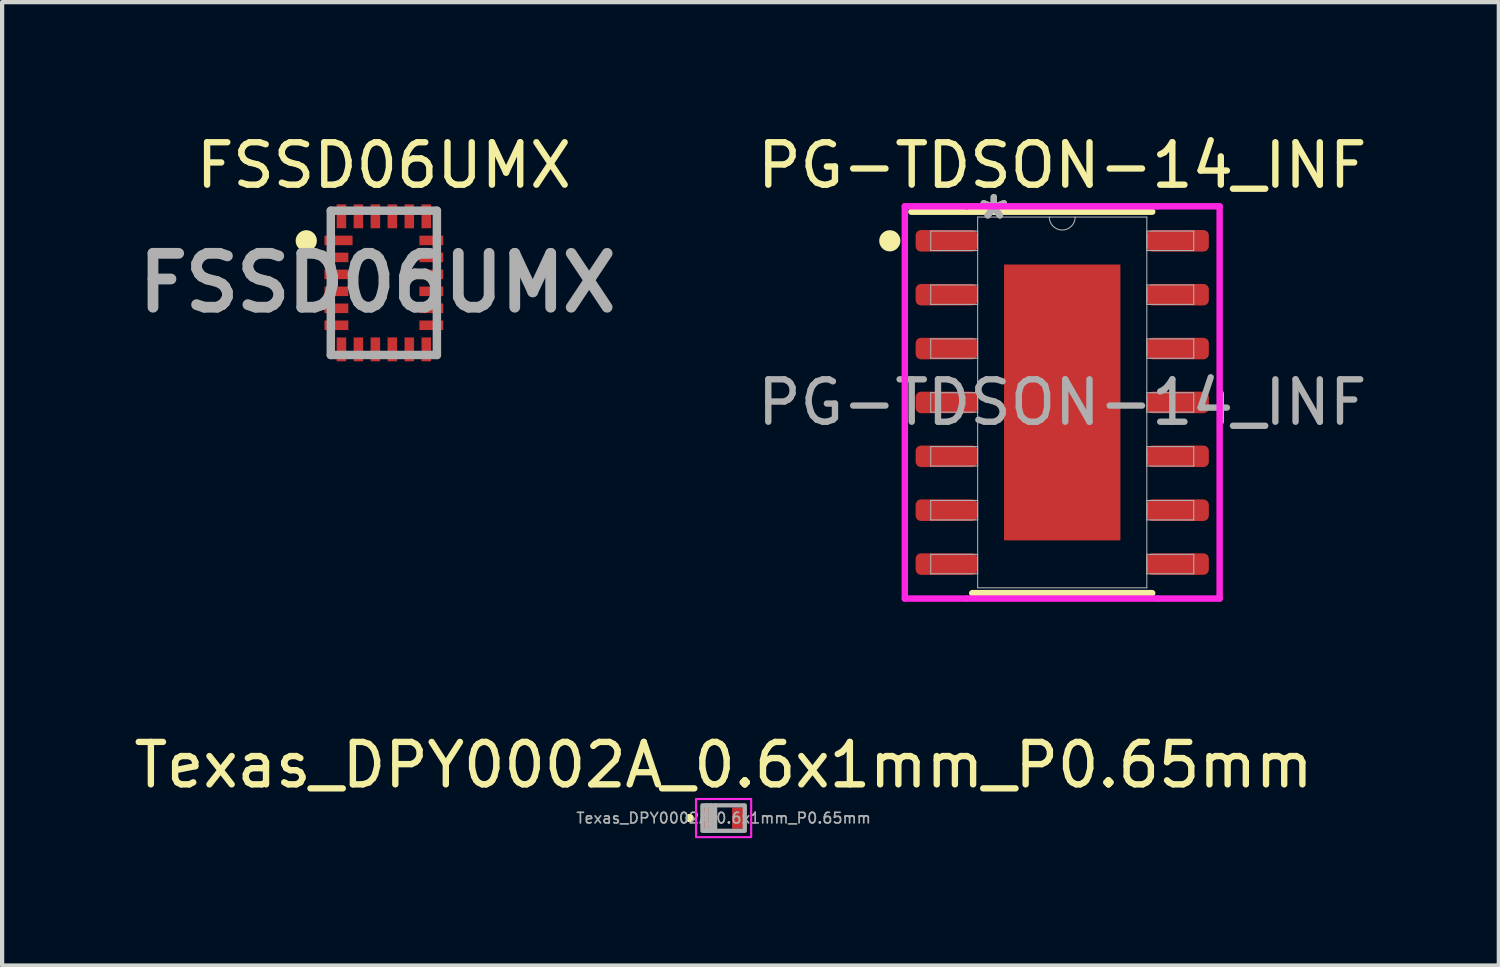
<source format=kicad_pcb>
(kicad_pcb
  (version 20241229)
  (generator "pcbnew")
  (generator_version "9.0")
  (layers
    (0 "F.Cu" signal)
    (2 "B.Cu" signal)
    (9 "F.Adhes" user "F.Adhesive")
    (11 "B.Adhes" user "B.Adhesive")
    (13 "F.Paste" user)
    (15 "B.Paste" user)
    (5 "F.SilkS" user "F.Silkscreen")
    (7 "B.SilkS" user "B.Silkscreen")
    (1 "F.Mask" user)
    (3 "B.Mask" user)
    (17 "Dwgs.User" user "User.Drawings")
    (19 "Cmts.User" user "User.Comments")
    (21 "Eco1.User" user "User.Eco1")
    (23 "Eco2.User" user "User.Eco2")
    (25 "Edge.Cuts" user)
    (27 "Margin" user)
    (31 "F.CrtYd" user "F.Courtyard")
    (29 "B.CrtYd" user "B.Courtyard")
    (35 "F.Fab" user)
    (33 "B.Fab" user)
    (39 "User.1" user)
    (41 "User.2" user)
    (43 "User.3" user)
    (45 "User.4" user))
  (footprint "PG-TDSON-14_INF"
    (layer "F.Cu")
    (at 21.988 6.436)
    (property "Reference" "PG-TDSON-14_INF" (at 0 -5.588 0) (unlocked yes) (layer "F.SilkS") (effects (font (size 1 1) (thickness 0.15))))
    (attr smd)
    (fp_line (start -2.121 4.496) (end 2.121 4.496) (stroke (width 0.152) (type solid)) (layer "F.SilkS"))
    (fp_line (start 2.121 -4.496) (end -3.556 -4.496) (stroke (width 0.152) (type solid)) (layer "F.SilkS"))
    (fp_circle (center -4.064 -3.81) (end -4.064 -3.685) (stroke (width 0.25) (type solid)) (fill no) (layer "F.SilkS"))
    (fp_poly (pts (xy -1.272 -3.151) (xy -1.272 -2.051) (xy -0.1 -2.051) (xy -0.1 -3.151)) (stroke (width 0) (type solid)) (fill yes) (layer "F.Paste"))
    (fp_poly (pts (xy -1.272 -1.851) (xy -1.272 -0.75) (xy -0.1 -0.75) (xy -0.1 -1.851)) (stroke (width 0) (type solid)) (fill yes) (layer "F.Paste"))
    (fp_poly (pts (xy -1.272 -0.55) (xy -1.272 0.55) (xy -0.1 0.55) (xy -0.1 -0.55)) (stroke (width 0) (type solid)) (fill yes) (layer "F.Paste"))
    (fp_poly (pts (xy -1.272 0.75) (xy -1.272 1.851) (xy -0.1 1.851) (xy -0.1 0.75)) (stroke (width 0) (type solid)) (fill yes) (layer "F.Paste"))
    (fp_poly (pts (xy -1.272 2.051) (xy -1.272 3.151) (xy -0.1 3.151) (xy -0.1 2.051)) (stroke (width 0) (type solid)) (fill yes) (layer "F.Paste"))
    (fp_poly (pts (xy 0.1 -3.151) (xy 0.1 -2.051) (xy 1.272 -2.051) (xy 1.272 -3.151)) (stroke (width 0) (type solid)) (fill yes) (layer "F.Paste"))
    (fp_poly (pts (xy 0.1 -1.851) (xy 0.1 -0.75) (xy 1.272 -0.75) (xy 1.272 -1.851)) (stroke (width 0) (type solid)) (fill yes) (layer "F.Paste"))
    (fp_poly (pts (xy 0.1 -0.55) (xy 0.1 0.55) (xy 1.272 0.55) (xy 1.272 -0.55)) (stroke (width 0) (type solid)) (fill yes) (layer "F.Paste"))
    (fp_poly (pts (xy 0.1 0.75) (xy 0.1 1.851) (xy 1.272 1.851) (xy 1.272 0.75)) (stroke (width 0) (type solid)) (fill yes) (layer "F.Paste"))
    (fp_poly (pts (xy 0.1 2.051) (xy 0.1 3.151) (xy 1.272 3.151) (xy 1.272 2.051)) (stroke (width 0) (type solid)) (fill yes) (layer "F.Paste"))
    (fp_line (start -3.71 -4.623) (end -2.248 -4.623) (stroke (width 0.152) (type solid)) (layer "F.CrtYd"))
    (fp_line (start -3.71 4.623) (end -3.71 -4.623) (stroke (width 0.152) (type solid)) (layer "F.CrtYd"))
    (fp_line (start -3.71 4.623) (end -2.248 4.623) (stroke (width 0.152) (type solid)) (layer "F.CrtYd"))
    (fp_line (start -2.248 -4.623) (end -2.248 -4.623) (stroke (width 0.152) (type solid)) (layer "F.CrtYd"))
    (fp_line (start -2.248 -4.623) (end 2.248 -4.623) (stroke (width 0.152) (type solid)) (layer "F.CrtYd"))
    (fp_line (start 2.248 4.623) (end -2.248 4.623) (stroke (width 0.152) (type solid)) (layer "F.CrtYd"))
    (fp_line (start 3.71 -4.623) (end 2.248 -4.623) (stroke (width 0.152) (type solid)) (layer "F.CrtYd"))
    (fp_line (start 3.71 -4.623) (end 3.71 4.623) (stroke (width 0.152) (type solid)) (layer "F.CrtYd"))
    (fp_line (start 3.71 4.623) (end 2.248 4.623) (stroke (width 0.152) (type solid)) (layer "F.CrtYd"))
    (fp_line (start -3.1 -4.039) (end -3.1 -3.581) (stroke (width 0.025) (type solid)) (layer "F.Fab"))
    (fp_line (start -3.1 -3.581) (end -1.994 -3.581) (stroke (width 0.025) (type solid)) (layer "F.Fab"))
    (fp_line (start -3.1 -2.769) (end -3.1 -2.311) (stroke (width 0.025) (type solid)) (layer "F.Fab"))
    (fp_line (start -3.1 -2.311) (end -1.994 -2.311) (stroke (width 0.025) (type solid)) (layer "F.Fab"))
    (fp_line (start -3.1 -1.499) (end -3.1 -1.041) (stroke (width 0.025) (type solid)) (layer "F.Fab"))
    (fp_line (start -3.1 -1.041) (end -1.994 -1.041) (stroke (width 0.025) (type solid)) (layer "F.Fab"))
    (fp_line (start -3.1 -0.229) (end -3.1 0.229) (stroke (width 0.025) (type solid)) (layer "F.Fab"))
    (fp_line (start -3.1 0.229) (end -1.994 0.229) (stroke (width 0.025) (type solid)) (layer "F.Fab"))
    (fp_line (start -3.1 1.041) (end -3.1 1.499) (stroke (width 0.025) (type solid)) (layer "F.Fab"))
    (fp_line (start -3.1 1.499) (end -1.994 1.499) (stroke (width 0.025) (type solid)) (layer "F.Fab"))
    (fp_line (start -3.1 2.311) (end -3.1 2.769) (stroke (width 0.025) (type solid)) (layer "F.Fab"))
    (fp_line (start -3.1 2.769) (end -1.994 2.769) (stroke (width 0.025) (type solid)) (layer "F.Fab"))
    (fp_line (start -3.1 3.581) (end -3.1 4.039) (stroke (width 0.025) (type solid)) (layer "F.Fab"))
    (fp_line (start -3.1 4.039) (end -1.994 4.039) (stroke (width 0.025) (type solid)) (layer "F.Fab"))
    (fp_line (start -1.994 -4.369) (end -1.994 4.369) (stroke (width 0.025) (type solid)) (layer "F.Fab"))
    (fp_line (start -1.994 -4.039) (end -3.1 -4.039) (stroke (width 0.025) (type solid)) (layer "F.Fab"))
    (fp_line (start -1.994 -3.581) (end -1.994 -4.039) (stroke (width 0.025) (type solid)) (layer "F.Fab"))
    (fp_line (start -1.994 -2.769) (end -3.1 -2.769) (stroke (width 0.025) (type solid)) (layer "F.Fab"))
    (fp_line (start -1.994 -2.311) (end -1.994 -2.769) (stroke (width 0.025) (type solid)) (layer "F.Fab"))
    (fp_line (start -1.994 -1.499) (end -3.1 -1.499) (stroke (width 0.025) (type solid)) (layer "F.Fab"))
    (fp_line (start -1.994 -1.041) (end -1.994 -1.499) (stroke (width 0.025) (type solid)) (layer "F.Fab"))
    (fp_line (start -1.994 -0.229) (end -3.1 -0.229) (stroke (width 0.025) (type solid)) (layer "F.Fab"))
    (fp_line (start -1.994 0.229) (end -1.994 -0.229) (stroke (width 0.025) (type solid)) (layer "F.Fab"))
    (fp_line (start -1.994 1.041) (end -3.1 1.041) (stroke (width 0.025) (type solid)) (layer "F.Fab"))
    (fp_line (start -1.994 1.499) (end -1.994 1.041) (stroke (width 0.025) (type solid)) (layer "F.Fab"))
    (fp_line (start -1.994 2.311) (end -3.1 2.311) (stroke (width 0.025) (type solid)) (layer "F.Fab"))
    (fp_line (start -1.994 2.769) (end -1.994 2.311) (stroke (width 0.025) (type solid)) (layer "F.Fab"))
    (fp_line (start -1.994 3.581) (end -3.1 3.581) (stroke (width 0.025) (type solid)) (layer "F.Fab"))
    (fp_line (start -1.994 4.039) (end -1.994 3.581) (stroke (width 0.025) (type solid)) (layer "F.Fab"))
    (fp_line (start -1.994 4.369) (end 1.994 4.369) (stroke (width 0.025) (type solid)) (layer "F.Fab"))
    (fp_line (start 1.994 -4.369) (end -1.994 -4.369) (stroke (width 0.025) (type solid)) (layer "F.Fab"))
    (fp_line (start 1.994 -4.039) (end 1.994 -3.581) (stroke (width 0.025) (type solid)) (layer "F.Fab"))
    (fp_line (start 1.994 -3.581) (end 3.1 -3.581) (stroke (width 0.025) (type solid)) (layer "F.Fab"))
    (fp_line (start 1.994 -2.769) (end 1.994 -2.311) (stroke (width 0.025) (type solid)) (layer "F.Fab"))
    (fp_line (start 1.994 -2.311) (end 3.1 -2.311) (stroke (width 0.025) (type solid)) (layer "F.Fab"))
    (fp_line (start 1.994 -1.499) (end 1.994 -1.041) (stroke (width 0.025) (type solid)) (layer "F.Fab"))
    (fp_line (start 1.994 -1.041) (end 3.1 -1.041) (stroke (width 0.025) (type solid)) (layer "F.Fab"))
    (fp_line (start 1.994 -0.229) (end 1.994 0.229) (stroke (width 0.025) (type solid)) (layer "F.Fab"))
    (fp_line (start 1.994 0.229) (end 3.1 0.229) (stroke (width 0.025) (type solid)) (layer "F.Fab"))
    (fp_line (start 1.994 1.041) (end 1.994 1.499) (stroke (width 0.025) (type solid)) (layer "F.Fab"))
    (fp_line (start 1.994 1.499) (end 3.1 1.499) (stroke (width 0.025) (type solid)) (layer "F.Fab"))
    (fp_line (start 1.994 2.311) (end 1.994 2.769) (stroke (width 0.025) (type solid)) (layer "F.Fab"))
    (fp_line (start 1.994 2.769) (end 3.1 2.769) (stroke (width 0.025) (type solid)) (layer "F.Fab"))
    (fp_line (start 1.994 3.581) (end 1.994 4.039) (stroke (width 0.025) (type solid)) (layer "F.Fab"))
    (fp_line (start 1.994 4.039) (end 3.1 4.039) (stroke (width 0.025) (type solid)) (layer "F.Fab"))
    (fp_line (start 1.994 4.369) (end 1.994 -4.369) (stroke (width 0.025) (type solid)) (layer "F.Fab"))
    (fp_line (start 3.1 -4.039) (end 1.994 -4.039) (stroke (width 0.025) (type solid)) (layer "F.Fab"))
    (fp_line (start 3.1 -3.581) (end 3.1 -4.039) (stroke (width 0.025) (type solid)) (layer "F.Fab"))
    (fp_line (start 3.1 -2.769) (end 1.994 -2.769) (stroke (width 0.025) (type solid)) (layer "F.Fab"))
    (fp_line (start 3.1 -2.311) (end 3.1 -2.769) (stroke (width 0.025) (type solid)) (layer "F.Fab"))
    (fp_line (start 3.1 -1.499) (end 1.994 -1.499) (stroke (width 0.025) (type solid)) (layer "F.Fab"))
    (fp_line (start 3.1 -1.041) (end 3.1 -1.499) (stroke (width 0.025) (type solid)) (layer "F.Fab"))
    (fp_line (start 3.1 -0.229) (end 1.994 -0.229) (stroke (width 0.025) (type solid)) (layer "F.Fab"))
    (fp_line (start 3.1 0.229) (end 3.1 -0.229) (stroke (width 0.025) (type solid)) (layer "F.Fab"))
    (fp_line (start 3.1 1.041) (end 1.994 1.041) (stroke (width 0.025) (type solid)) (layer "F.Fab"))
    (fp_line (start 3.1 1.499) (end 3.1 1.041) (stroke (width 0.025) (type solid)) (layer "F.Fab"))
    (fp_line (start 3.1 2.311) (end 1.994 2.311) (stroke (width 0.025) (type solid)) (layer "F.Fab"))
    (fp_line (start 3.1 2.769) (end 3.1 2.311) (stroke (width 0.025) (type solid)) (layer "F.Fab"))
    (fp_line (start 3.1 3.581) (end 1.994 3.581) (stroke (width 0.025) (type solid)) (layer "F.Fab"))
    (fp_line (start 3.1 4.039) (end 3.1 3.581) (stroke (width 0.025) (type solid)) (layer "F.Fab"))
    (fp_arc (start 0.3048 -4.3688) (mid 0 -4.064) (end -0.3048 -4.3688) (stroke (width 0.0254) (type solid)) (layer "F.Fab"))
    (fp_text user "*" (at -1.613 -4.293 0) (unlocked yes) (layer "F.Fab") (effects (font (size 1 1) (thickness 0.15))))
    (fp_text user "${REFERENCE}" (at 0 0 0) (unlocked yes) (layer "F.Fab") (effects (font (size 1 1) (thickness 0.15))))
    (fp_text user "*" (at -1.613 -4.293 0) (layer "F.Fab") (effects (font (size 1 1) (thickness 0.15))))
    (pad "1" smd roundrect (at -2.725 -3.81) (size 1.462 0.508) (layers "F.Cu" "F.Mask" "F.Paste") (roundrect_rratio 0.25))
    (pad "2" smd roundrect (at -2.725 -2.54) (size 1.462 0.508) (layers "F.Cu" "F.Mask" "F.Paste") (roundrect_rratio 0.25))
    (pad "3" smd roundrect (at -2.725 -1.27) (size 1.462 0.508) (layers "F.Cu" "F.Mask" "F.Paste") (roundrect_rratio 0.25))
    (pad "4" smd roundrect (at -2.725 0) (size 1.462 0.508) (layers "F.Cu" "F.Mask" "F.Paste") (roundrect_rratio 0.25))
    (pad "5" smd roundrect (at -2.725 1.27) (size 1.462 0.508) (layers "F.Cu" "F.Mask" "F.Paste") (roundrect_rratio 0.25))
    (pad "6" smd roundrect (at -2.725 2.54) (size 1.462 0.508) (layers "F.Cu" "F.Mask" "F.Paste") (roundrect_rratio 0.25))
    (pad "7" smd roundrect (at -2.725 3.81) (size 1.462 0.508) (layers "F.Cu" "F.Mask" "F.Paste") (roundrect_rratio 0.25))
    (pad "8" smd roundrect (at 2.725 3.81) (size 1.462 0.508) (layers "F.Cu" "F.Mask" "F.Paste") (roundrect_rratio 0.25))
    (pad "9" smd roundrect (at 2.725 2.54) (size 1.462 0.508) (layers "F.Cu" "F.Mask" "F.Paste") (roundrect_rratio 0.25))
    (pad "10" smd roundrect (at 2.725 1.27) (size 1.462 0.508) (layers "F.Cu" "F.Mask" "F.Paste") (roundrect_rratio 0.25))
    (pad "11" smd roundrect (at 2.725 0) (size 1.462 0.508) (layers "F.Cu" "F.Mask" "F.Paste") (roundrect_rratio 0.25))
    (pad "12" smd roundrect (at 2.725 -1.27) (size 1.462 0.508) (layers "F.Cu" "F.Mask" "F.Paste") (roundrect_rratio 0.25))
    (pad "13" smd roundrect (at 2.725 -2.54) (size 1.462 0.508) (layers "F.Cu" "F.Mask" "F.Paste") (roundrect_rratio 0.25))
    (pad "14" smd roundrect (at 2.725 -3.81) (size 1.462 0.508) (layers "F.Cu" "F.Mask" "F.Paste") (roundrect_rratio 0.25))
    (pad "EP" smd rect (at 0 0) (size 2.743 6.502) (layers "F.Cu" "F.Mask")))
  (footprint "FSSD06UMX"
    (layer "F.Cu")
    (at 5.998 3.617)
    (property "Reference" "FSSD06UMX" (at 0 -2.769 0) (layer "F.SilkS") (effects (font (size 1 1) (thickness 0.15))))
    (attr smd)
    (fp_circle (center -1.829 -0.991) (end -1.704 -0.991) (stroke (width 0.25) (type solid)) (fill yes) (layer "F.SilkS"))
    (fp_rect (start -1.524 -2.032) (end 1.524 2.032) (stroke (width 0.1) (type default)) (fill no) (layer "Margin"))
    (fp_line (start -1.25 -1.7) (end 1.25 -1.7) (stroke (width 0.2) (type solid)) (layer "F.Fab"))
    (fp_line (start -1.25 1.7) (end -1.25 -1.7) (stroke (width 0.2) (type solid)) (layer "F.Fab"))
    (fp_line (start 1.25 -1.7) (end 1.25 1.7) (stroke (width 0.2) (type solid)) (layer "F.Fab"))
    (fp_line (start 1.25 1.7) (end -1.25 1.7) (stroke (width 0.2) (type solid)) (layer "F.Fab"))
    (fp_text user "${REFERENCE}" (at -0.15 0 0) (layer "F.Fab") (effects (font (size 1.27 1.27) (thickness 0.254))))
    (pad "1" smd rect (at -1.069 -1 90) (size 0.225 0.663) (layers "F.Cu" "F.Mask" "F.Paste"))
    (pad "2" smd rect (at -1.119 -0.6 90) (size 0.225 0.563) (layers "F.Cu" "F.Mask" "F.Paste"))
    (pad "3" smd rect (at -1.119 -0.2 90) (size 0.225 0.563) (layers "F.Cu" "F.Mask" "F.Paste"))
    (pad "4" smd rect (at -1.119 0.2 90) (size 0.225 0.563) (layers "F.Cu" "F.Mask" "F.Paste"))
    (pad "5" smd rect (at -1.119 0.6 90) (size 0.225 0.563) (layers "F.Cu" "F.Mask" "F.Paste"))
    (pad "6" smd rect (at -1.119 1 90) (size 0.225 0.563) (layers "F.Cu" "F.Mask" "F.Paste"))
    (pad "7" smd rect (at -1 1.568) (size 0.225 0.563) (layers "F.Cu" "F.Mask" "F.Paste"))
    (pad "8" smd rect (at -0.6 1.568) (size 0.225 0.563) (layers "F.Cu" "F.Mask" "F.Paste"))
    (pad "9" smd rect (at -0.2 1.568) (size 0.225 0.563) (layers "F.Cu" "F.Mask" "F.Paste"))
    (pad "10" smd rect (at 0.2 1.568) (size 0.225 0.563) (layers "F.Cu" "F.Mask" "F.Paste"))
    (pad "11" smd rect (at 0.6 1.568) (size 0.225 0.563) (layers "F.Cu" "F.Mask" "F.Paste"))
    (pad "12" smd rect (at 1 1.568) (size 0.225 0.563) (layers "F.Cu" "F.Mask" "F.Paste"))
    (pad "13" smd rect (at 1.119 1 90) (size 0.225 0.563) (layers "F.Cu" "F.Mask" "F.Paste"))
    (pad "14" smd rect (at 1.119 0.6 90) (size 0.225 0.563) (layers "F.Cu" "F.Mask" "F.Paste"))
    (pad "15" smd rect (at 1.119 0.2 90) (size 0.225 0.563) (layers "F.Cu" "F.Mask" "F.Paste"))
    (pad "16" smd rect (at 1.119 -0.2 90) (size 0.225 0.563) (layers "F.Cu" "F.Mask" "F.Paste"))
    (pad "17" smd rect (at 1.119 -0.6 90) (size 0.225 0.563) (layers "F.Cu" "F.Mask" "F.Paste"))
    (pad "18" smd rect (at 1.119 -1 90) (size 0.225 0.563) (layers "F.Cu" "F.Mask" "F.Paste"))
    (pad "19" smd rect (at 1 -1.568) (size 0.225 0.563) (layers "F.Cu" "F.Mask" "F.Paste"))
    (pad "20" smd rect (at 0.6 -1.568) (size 0.225 0.563) (layers "F.Cu" "F.Mask" "F.Paste"))
    (pad "21" smd rect (at 0.2 -1.568) (size 0.225 0.563) (layers "F.Cu" "F.Mask" "F.Paste"))
    (pad "22" smd rect (at -0.2 -1.568) (size 0.225 0.563) (layers "F.Cu" "F.Mask" "F.Paste"))
    (pad "23" smd rect (at -0.6 -1.568) (size 0.225 0.563) (layers "F.Cu" "F.Mask" "F.Paste"))
    (pad "24" smd rect (at -1 -1.568) (size 0.225 0.563) (layers "F.Cu" "F.Mask" "F.Paste")))
  (footprint "Texas_DPY0002A_0.6x1mm_P0.65mm"
    (layer "F.Cu")
    (at 14.006 16.233)
    (property "Reference" "Texas_DPY0002A_0.6x1mm_P0.65mm" (at 0 -1.25 0) (unlocked yes) (layer "F.SilkS") (effects (font (size 1 1) (thickness 0.15))))
    (attr smd)
    (fp_circle (center -0.8 0) (end -0.75 0) (stroke (width 0.1) (type solid)) (fill no) (layer "F.SilkS"))
    (fp_rect (start -0.65 -0.45) (end 0.65 0.45) (stroke (width 0.05) (type solid)) (fill no) (layer "F.CrtYd"))
    (fp_line (start -0.4 0.3) (end -0.4 -0.3) (stroke (width 0.1) (type solid)) (layer "F.Fab"))
    (fp_line (start -0.3 0.3) (end -0.3 -0.3) (stroke (width 0.1) (type solid)) (layer "F.Fab"))
    (fp_line (start -0.2 0.3) (end -0.2 -0.3) (stroke (width 0.1) (type solid)) (layer "F.Fab"))
    (fp_rect (start -0.5 -0.3) (end 0.5 0.3) (stroke (width 0.1) (type solid)) (fill no) (layer "F.Fab"))
    (fp_text user "${REFERENCE}" (at 0 0 0) (layer "F.Fab") (effects (font (size 0.25 0.25) (thickness 0.04))))
    (pad "1" smd rect (at -0.35 0) (size 0.3 0.5) (layers "F.Cu" "F.Mask" "F.Paste"))
    (pad "2" smd rect (at 0.35 0) (size 0.3 0.5) (layers "F.Cu" "F.Mask" "F.Paste")))
  (gr_rect
    (start -3 -3)
    (end 32.279 19.709)
    (stroke (width 0.1) (type default))
    (fill no)
    (layer "Edge.Cuts")))
</source>
